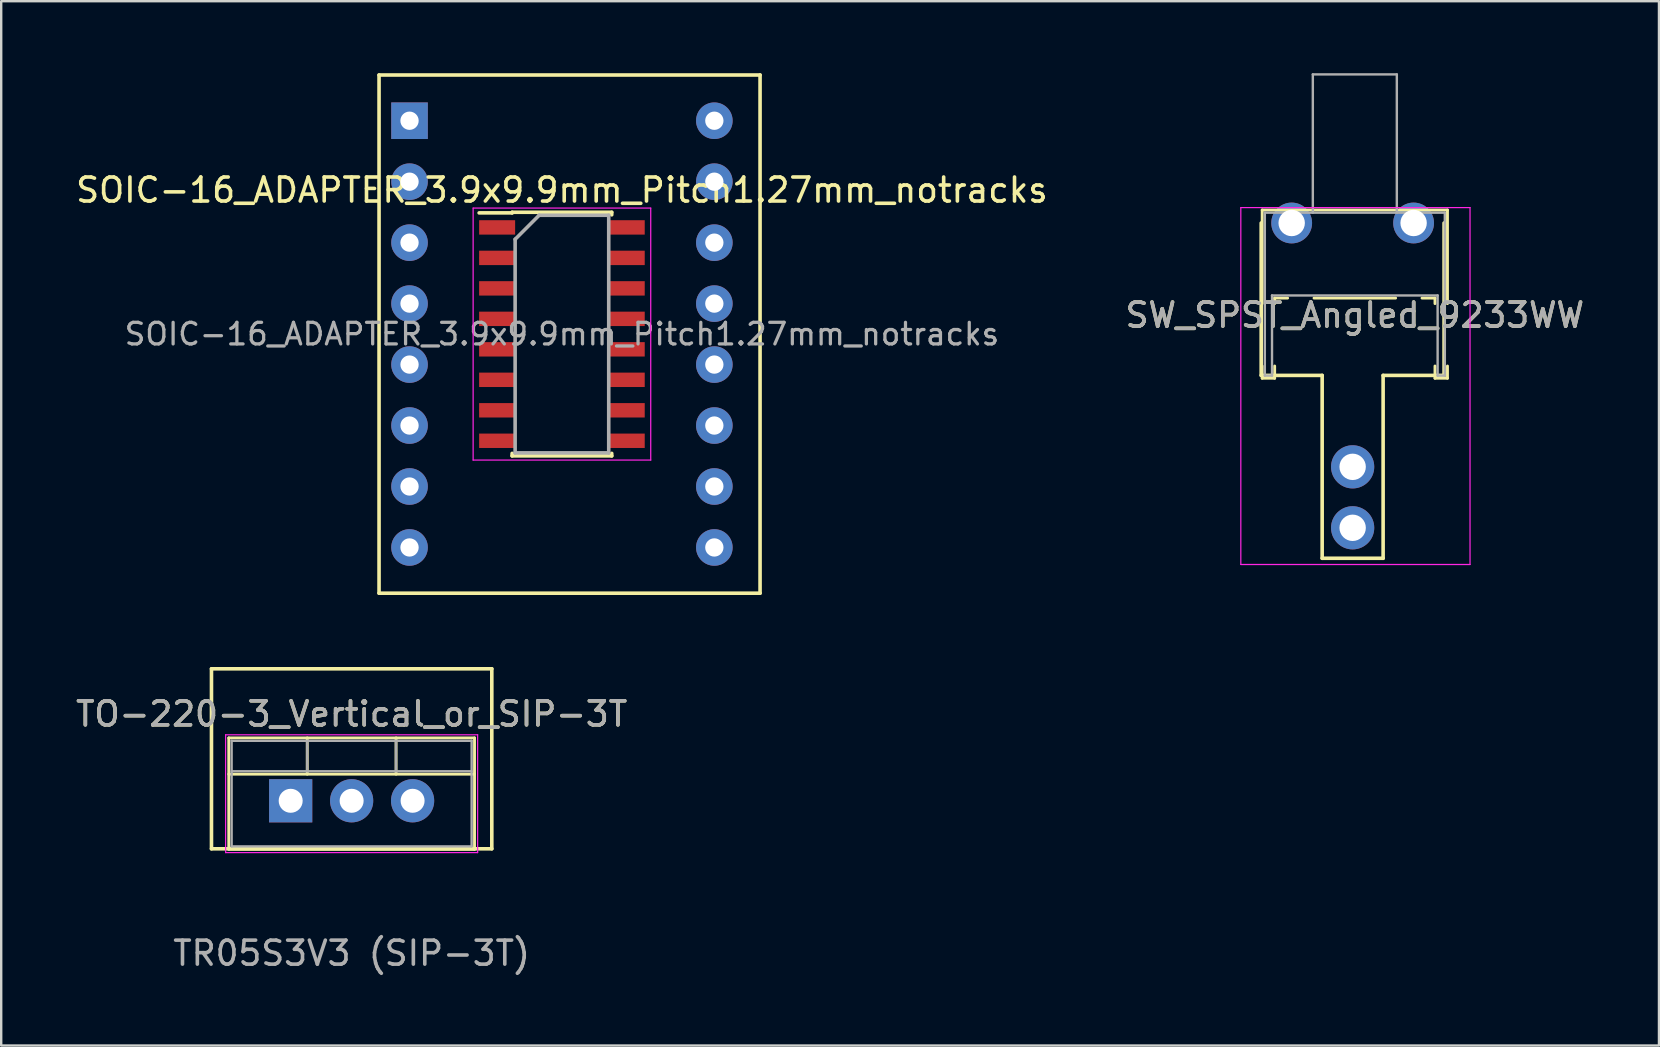
<source format=kicad_pcb>
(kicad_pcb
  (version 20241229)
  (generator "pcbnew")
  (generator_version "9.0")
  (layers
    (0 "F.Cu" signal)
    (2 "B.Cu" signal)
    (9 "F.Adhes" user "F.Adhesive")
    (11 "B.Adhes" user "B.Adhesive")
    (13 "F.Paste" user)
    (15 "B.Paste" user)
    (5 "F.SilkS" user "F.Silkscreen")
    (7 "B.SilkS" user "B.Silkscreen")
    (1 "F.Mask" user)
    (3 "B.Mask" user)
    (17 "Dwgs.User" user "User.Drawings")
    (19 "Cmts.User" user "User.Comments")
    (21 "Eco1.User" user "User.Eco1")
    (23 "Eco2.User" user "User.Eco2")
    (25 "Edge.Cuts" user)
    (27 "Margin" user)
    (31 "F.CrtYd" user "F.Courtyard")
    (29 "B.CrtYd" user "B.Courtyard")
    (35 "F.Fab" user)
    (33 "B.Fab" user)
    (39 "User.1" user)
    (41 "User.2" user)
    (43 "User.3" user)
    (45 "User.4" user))
  (footprint "SW_SPST_Angled_9233WW"
    (layer "F.Cu")
    (at 53.308 18.941)
    (property "Reference" "SW_SPST_Angled_9233WW" (at 0.091 -8.861 0) (layer "F.SilkS") (effects (font (size 1 1) (thickness 0.15))))
    (attr through_hole)
    (fp_line (start -3.81 -6.35) (end -3.81 -12.7) (stroke (width 0.15) (type solid)) (layer "F.SilkS"))
    (fp_line (start -3.769 -13.241) (end -3.769 -9.341) (stroke (width 0.12) (type solid)) (layer "F.SilkS"))
    (fp_line (start -3.769 -13.241) (end 3.951 -13.241) (stroke (width 0.12) (type solid)) (layer "F.SilkS"))
    (fp_line (start -3.769 -6.741) (end -3.769 -6.231) (stroke (width 0.12) (type solid)) (layer "F.SilkS"))
    (fp_line (start -3.769 -6.231) (end -3.249 -6.231) (stroke (width 0.12) (type solid)) (layer "F.SilkS"))
    (fp_line (start -3.249 -9.571) (end -3.249 -9.341) (stroke (width 0.12) (type solid)) (layer "F.SilkS"))
    (fp_line (start -3.249 -9.571) (end -2.709 -9.571) (stroke (width 0.12) (type solid)) (layer "F.SilkS"))
    (fp_line (start -3.249 -6.741) (end -3.249 -6.231) (stroke (width 0.12) (type solid)) (layer "F.SilkS"))
    (fp_line (start -1.609 -9.571) (end 1.791 -9.571) (stroke (width 0.12) (type solid)) (layer "F.SilkS"))
    (fp_line (start -1.27 -6.35) (end -3.81 -6.35) (stroke (width 0.15) (type solid)) (layer "F.SilkS"))
    (fp_line (start -1.27 1.27) (end -1.27 -6.35) (stroke (width 0.15) (type solid)) (layer "F.SilkS"))
    (fp_line (start -1.27 1.27) (end 1.27 1.27) (stroke (width 0.15) (type solid)) (layer "F.SilkS"))
    (fp_line (start 1.27 -6.35) (end 3.81 -6.35) (stroke (width 0.15) (type solid)) (layer "F.SilkS"))
    (fp_line (start 1.27 1.27) (end 1.27 -6.35) (stroke (width 0.15) (type solid)) (layer "F.SilkS"))
    (fp_line (start 2.891 -9.571) (end 3.431 -9.571) (stroke (width 0.12) (type solid)) (layer "F.SilkS"))
    (fp_line (start 3.431 -9.571) (end 3.431 -9.341) (stroke (width 0.12) (type solid)) (layer "F.SilkS"))
    (fp_line (start 3.431 -6.741) (end 3.431 -6.231) (stroke (width 0.12) (type solid)) (layer "F.SilkS"))
    (fp_line (start 3.431 -6.231) (end 3.951 -6.231) (stroke (width 0.12) (type solid)) (layer "F.SilkS"))
    (fp_line (start 3.81 -6.35) (end 3.81 -12.7) (stroke (width 0.15) (type solid)) (layer "F.SilkS"))
    (fp_line (start 3.951 -13.241) (end 3.951 -9.341) (stroke (width 0.12) (type solid)) (layer "F.SilkS"))
    (fp_line (start 3.951 -6.741) (end 3.951 -6.231) (stroke (width 0.12) (type solid)) (layer "F.SilkS"))
    (fp_line (start -4.659 -13.341) (end 4.891 -13.341) (stroke (width 0.05) (type solid)) (layer "F.CrtYd"))
    (fp_line (start -4.659 1.529) (end -4.659 -13.341) (stroke (width 0.05) (type solid)) (layer "F.CrtYd"))
    (fp_line (start 4.891 -13.341) (end 4.891 1.529) (stroke (width 0.05) (type solid)) (layer "F.CrtYd"))
    (fp_line (start 4.891 1.529) (end -4.659 1.529) (stroke (width 0.05) (type solid)) (layer "F.CrtYd"))
    (fp_line (start -3.659 -13.131) (end 3.841 -13.131) (stroke (width 0.1) (type solid)) (layer "F.Fab"))
    (fp_line (start -3.659 -6.341) (end -3.659 -13.131) (stroke (width 0.1) (type solid)) (layer "F.Fab"))
    (fp_line (start -3.659 -6.341) (end -3.359 -6.341) (stroke (width 0.1) (type solid)) (layer "F.Fab"))
    (fp_line (start -3.359 -9.681) (end 3.541 -9.681) (stroke (width 0.1) (type solid)) (layer "F.Fab"))
    (fp_line (start -3.359 -6.341) (end -3.359 -9.681) (stroke (width 0.1) (type solid)) (layer "F.Fab"))
    (fp_line (start -1.659 -18.891) (end -1.659 -13.131) (stroke (width 0.1) (type solid)) (layer "F.Fab"))
    (fp_line (start -1.659 -18.891) (end 1.841 -18.891) (stroke (width 0.1) (type solid)) (layer "F.Fab"))
    (fp_line (start 1.841 -18.891) (end 1.841 -13.131) (stroke (width 0.1) (type solid)) (layer "F.Fab"))
    (fp_line (start 3.541 -6.341) (end 3.541 -9.681) (stroke (width 0.1) (type solid)) (layer "F.Fab"))
    (fp_line (start 3.541 -6.341) (end 3.841 -6.341) (stroke (width 0.1) (type solid)) (layer "F.Fab"))
    (fp_line (start 3.841 -6.341) (end 3.841 -13.131) (stroke (width 0.1) (type solid)) (layer "F.Fab"))
    (fp_text user "${REFERENCE}" (at 0.091 -8.861 0) (layer "F.Fab") (effects (font (size 1 1) (thickness 0.15))))
    (pad "" np_thru_hole circle (at -2.54 -12.7) (size 1.7 1.7) (drill 1.1) (layers "*.Cu" "*.Mask"))
    (pad "" np_thru_hole circle (at 2.54 -12.7) (size 1.7 1.7) (drill 1.1) (layers "*.Cu" "*.Mask"))
    (pad "1" thru_hole circle (at 0 0) (size 1.8 1.8) (drill 1.1) (layers "*.Cu" "*.Mask"))
    (pad "2" thru_hole circle (at 0 -2.54) (size 1.8 1.8) (drill 1.1) (layers "*.Cu" "*.Mask")))
  (footprint "SOIC-16_ADAPTER_3.9x9.9mm_Pitch1.27mm_notracks"
    (layer "F.Cu")
    (at 20.363 10.87)
    (property "Reference" "SOIC-16_ADAPTER_3.9x9.9mm_Pitch1.27mm_notracks" (at 0 -6 0) (layer "F.SilkS") (effects (font (size 1 1) (thickness 0.15))))
    (attr smd)
    (fp_line (start -3.302 -3.175) (end -2.794 -3.175) (stroke (width 0.254) (type solid)) (layer "F.Cu"))
    (fp_line (start -3.175 -1.905) (end -2.794 -1.905) (stroke (width 0.254) (type solid)) (layer "F.Cu"))
    (fp_line (start -3.175 1.905) (end -2.667 1.905) (stroke (width 0.254) (type solid)) (layer "F.Cu"))
    (fp_line (start -2.794 3.175) (end -3.302 3.175) (stroke (width 0.254) (type solid)) (layer "F.Cu"))
    (fp_line (start 3.175 -1.905) (end 2.667 -1.905) (stroke (width 0.254) (type solid)) (layer "F.Cu"))
    (fp_line (start 3.175 1.905) (end 2.667 1.905) (stroke (width 0.254) (type solid)) (layer "F.Cu"))
    (fp_line (start -7.62 -10.795) (end -7.62 10.795) (stroke (width 0.15) (type solid)) (layer "F.SilkS"))
    (fp_line (start -7.62 10.795) (end 8.255 10.795) (stroke (width 0.15) (type solid)) (layer "F.SilkS"))
    (fp_line (start -2.075 -5.075) (end -2.075 -5.05) (stroke (width 0.15) (type solid)) (layer "F.SilkS"))
    (fp_line (start -2.075 -5.075) (end 2.075 -5.075) (stroke (width 0.15) (type solid)) (layer "F.SilkS"))
    (fp_line (start -2.075 -5.05) (end -3.45 -5.05) (stroke (width 0.15) (type solid)) (layer "F.SilkS"))
    (fp_line (start -2.075 5.075) (end -2.075 4.97) (stroke (width 0.15) (type solid)) (layer "F.SilkS"))
    (fp_line (start -2.075 5.075) (end 2.075 5.075) (stroke (width 0.15) (type solid)) (layer "F.SilkS"))
    (fp_line (start 2.075 -5.075) (end 2.075 -4.97) (stroke (width 0.15) (type solid)) (layer "F.SilkS"))
    (fp_line (start 2.075 5.075) (end 2.075 4.97) (stroke (width 0.15) (type solid)) (layer "F.SilkS"))
    (fp_line (start 8.255 -10.795) (end -7.62 -10.795) (stroke (width 0.15) (type solid)) (layer "F.SilkS"))
    (fp_line (start 8.255 10.795) (end 8.255 -10.795) (stroke (width 0.15) (type solid)) (layer "F.SilkS"))
    (fp_line (start -3.7 -5.25) (end -3.7 5.25) (stroke (width 0.05) (type solid)) (layer "F.CrtYd"))
    (fp_line (start -3.7 -5.25) (end 3.7 -5.25) (stroke (width 0.05) (type solid)) (layer "F.CrtYd"))
    (fp_line (start -3.7 5.25) (end 3.7 5.25) (stroke (width 0.05) (type solid)) (layer "F.CrtYd"))
    (fp_line (start 3.7 -5.25) (end 3.7 5.25) (stroke (width 0.05) (type solid)) (layer "F.CrtYd"))
    (fp_line (start -1.95 -3.95) (end -0.95 -4.95) (stroke (width 0.15) (type solid)) (layer "F.Fab"))
    (fp_line (start -1.95 4.95) (end -1.95 -3.95) (stroke (width 0.15) (type solid)) (layer "F.Fab"))
    (fp_line (start -0.95 -4.95) (end 1.95 -4.95) (stroke (width 0.15) (type solid)) (layer "F.Fab"))
    (fp_line (start 1.95 -4.95) (end 1.95 4.95) (stroke (width 0.15) (type solid)) (layer "F.Fab"))
    (fp_line (start 1.95 4.95) (end -1.95 4.95) (stroke (width 0.15) (type solid)) (layer "F.Fab"))
    (fp_text user "${REFERENCE}" (at 0 0 0) (layer "F.Fab") (effects (font (size 0.9 0.9) (thickness 0.135))))
    (pad "1" thru_hole rect (at -6.35 -8.89) (size 1.524 1.524) (drill 0.762) (layers "*.Cu" "*.Mask"))
    (pad "1" smd rect (at -2.7 -4.445) (size 1.5 0.6) (layers "F.Cu" "F.Mask"))
    (pad "2" thru_hole circle (at -6.35 -6.35) (size 1.524 1.524) (drill 0.762) (layers "*.Cu" "*.Mask"))
    (pad "2" smd rect (at -2.7 -3.175) (size 1.5 0.6) (layers "F.Cu" "F.Mask"))
    (pad "3" thru_hole circle (at -6.35 -3.81) (size 1.524 1.524) (drill 0.762) (layers "*.Cu" "*.Mask"))
    (pad "3" smd rect (at -2.7 -1.905) (size 1.5 0.6) (layers "F.Cu" "F.Mask"))
    (pad "4" thru_hole circle (at -6.35 -1.27) (size 1.524 1.524) (drill 0.762) (layers "*.Cu" "*.Mask"))
    (pad "4" smd rect (at -2.7 -0.635) (size 1.5 0.6) (layers "F.Cu" "F.Mask"))
    (pad "5" thru_hole circle (at -6.35 1.27) (size 1.524 1.524) (drill 0.762) (layers "*.Cu" "*.Mask"))
    (pad "5" smd rect (at -2.7 0.635) (size 1.5 0.6) (layers "F.Cu" "F.Mask"))
    (pad "6" thru_hole circle (at -6.35 3.81) (size 1.524 1.524) (drill 0.762) (layers "*.Cu" "*.Mask"))
    (pad "6" smd rect (at -2.7 1.905) (size 1.5 0.6) (layers "F.Cu" "F.Mask"))
    (pad "7" thru_hole circle (at -6.35 6.35) (size 1.524 1.524) (drill 0.762) (layers "*.Cu" "*.Mask"))
    (pad "7" smd rect (at -2.7 3.175) (size 1.5 0.6) (layers "F.Cu" "F.Mask"))
    (pad "8" thru_hole circle (at -6.35 8.89) (size 1.524 1.524) (drill 0.762) (layers "*.Cu" "*.Mask"))
    (pad "8" smd rect (at -2.7 4.445) (size 1.5 0.6) (layers "F.Cu" "F.Mask"))
    (pad "9" smd rect (at 2.7 4.445) (size 1.5 0.6) (layers "F.Cu" "F.Mask"))
    (pad "9" thru_hole circle (at 6.35 8.89) (size 1.524 1.524) (drill 0.762) (layers "*.Cu" "*.Mask"))
    (pad "10" smd rect (at 2.7 3.175) (size 1.5 0.6) (layers "F.Cu" "F.Mask"))
    (pad "10" thru_hole circle (at 6.35 6.35) (size 1.524 1.524) (drill 0.762) (layers "*.Cu" "*.Mask"))
    (pad "11" smd rect (at 2.7 1.905) (size 1.5 0.6) (layers "F.Cu" "F.Mask"))
    (pad "11" thru_hole circle (at 6.35 3.81) (size 1.524 1.524) (drill 0.762) (layers "*.Cu" "*.Mask"))
    (pad "12" smd rect (at 2.7 0.635) (size 1.5 0.6) (layers "F.Cu" "F.Mask"))
    (pad "12" thru_hole circle (at 6.35 1.27) (size 1.524 1.524) (drill 0.762) (layers "*.Cu" "*.Mask"))
    (pad "13" smd rect (at 2.7 -0.635) (size 1.5 0.6) (layers "F.Cu" "F.Mask"))
    (pad "13" thru_hole circle (at 6.35 -1.27) (size 1.524 1.524) (drill 0.762) (layers "*.Cu" "*.Mask"))
    (pad "14" smd rect (at 2.7 -1.905) (size 1.5 0.6) (layers "F.Cu" "F.Mask"))
    (pad "14" thru_hole circle (at 6.35 -3.81) (size 1.524 1.524) (drill 0.762) (layers "*.Cu" "*.Mask"))
    (pad "15" smd rect (at 2.7 -3.175) (size 1.5 0.6) (layers "F.Cu" "F.Mask"))
    (pad "15" thru_hole circle (at 6.35 -6.35) (size 1.524 1.524) (drill 0.762) (layers "*.Cu" "*.Mask"))
    (pad "16" smd rect (at 2.7 -4.445) (size 1.5 0.6) (layers "F.Cu" "F.Mask"))
    (pad "16" thru_hole circle (at 6.35 -8.89) (size 1.524 1.524) (drill 0.762) (layers "*.Cu" "*.Mask")))
  (footprint "TO-220-3_Vertical_or_SIP-3T"
    (layer "F.Cu")
    (at 9.061 30.315)
    (property "Reference" "TO-220-3_Vertical_or_SIP-3T" (at 2.54 -3.62 0) (layer "F.SilkS") (effects (font (size 1 1) (thickness 0.15))))
    (attr through_hole)
    (fp_line (start -3.3 -5.5) (end -3.3 2) (stroke (width 0.15) (type solid)) (layer "F.SilkS"))
    (fp_line (start -3.3 -5.5) (end 8.38 -5.5) (stroke (width 0.15) (type solid)) (layer "F.SilkS"))
    (fp_line (start -3.3 2) (end 8.38 2) (stroke (width 0.15) (type solid)) (layer "F.SilkS"))
    (fp_line (start -2.58 -2.62) (end -2.58 2.021) (stroke (width 0.12) (type solid)) (layer "F.SilkS"))
    (fp_line (start -2.58 -2.62) (end 7.66 -2.62) (stroke (width 0.12) (type solid)) (layer "F.SilkS"))
    (fp_line (start -2.58 -1.11) (end 7.66 -1.11) (stroke (width 0.12) (type solid)) (layer "F.SilkS"))
    (fp_line (start -2.58 2.021) (end 7.66 2.021) (stroke (width 0.12) (type solid)) (layer "F.SilkS"))
    (fp_line (start 0.69 -2.62) (end 0.69 -1.11) (stroke (width 0.12) (type solid)) (layer "F.SilkS"))
    (fp_line (start 4.391 -2.62) (end 4.391 -1.11) (stroke (width 0.12) (type solid)) (layer "F.SilkS"))
    (fp_line (start 7.66 -2.62) (end 7.66 2.021) (stroke (width 0.12) (type solid)) (layer "F.SilkS"))
    (fp_line (start 8.38 -5.5) (end 8.38 2) (stroke (width 0.15) (type solid)) (layer "F.SilkS"))
    (fp_line (start -2.71 -2.75) (end -2.71 2.16) (stroke (width 0.05) (type solid)) (layer "F.CrtYd"))
    (fp_line (start -2.71 2.16) (end 7.79 2.16) (stroke (width 0.05) (type solid)) (layer "F.CrtYd"))
    (fp_line (start 7.79 -2.75) (end -2.71 -2.75) (stroke (width 0.05) (type solid)) (layer "F.CrtYd"))
    (fp_line (start 7.79 2.16) (end 7.79 -2.75) (stroke (width 0.05) (type solid)) (layer "F.CrtYd"))
    (fp_line (start -2.46 -2.5) (end -2.46 1.9) (stroke (width 0.1) (type solid)) (layer "F.Fab"))
    (fp_line (start -2.46 -1.23) (end 7.54 -1.23) (stroke (width 0.1) (type solid)) (layer "F.Fab"))
    (fp_line (start -2.46 1.9) (end 7.54 1.9) (stroke (width 0.1) (type solid)) (layer "F.Fab"))
    (fp_line (start 0.69 -2.5) (end 0.69 -1.23) (stroke (width 0.1) (type solid)) (layer "F.Fab"))
    (fp_line (start 4.39 -2.5) (end 4.39 -1.23) (stroke (width 0.1) (type solid)) (layer "F.Fab"))
    (fp_line (start 7.54 -2.5) (end -2.46 -2.5) (stroke (width 0.1) (type solid)) (layer "F.Fab"))
    (fp_line (start 7.54 1.9) (end 7.54 -2.5) (stroke (width 0.1) (type solid)) (layer "F.Fab"))
    (fp_text user "TR05S3V3 (SIP-3T)" (at 2.54 6.35 0) (layer "F.Fab") (effects (font (size 1 1) (thickness 0.15))))
    (fp_text user "${REFERENCE}" (at 2.54 -3.62 0) (layer "F.Fab") (effects (font (size 1 1) (thickness 0.15))))
    (pad "1" thru_hole rect (at 0 0) (size 1.8 1.8) (drill 1) (layers "*.Cu" "*.Mask"))
    (pad "2" thru_hole oval (at 2.54 0) (size 1.8 1.8) (drill 1) (layers "*.Cu" "*.Mask"))
    (pad "3" thru_hole oval (at 5.08 0) (size 1.8 1.8) (drill 1) (layers "*.Cu" "*.Mask")))
  (gr_rect
    (start -3 -3)
    (end 66.071 40.513)
    (stroke (width 0.1) (type default))
    (fill no)
    (layer "Edge.Cuts")))
</source>
